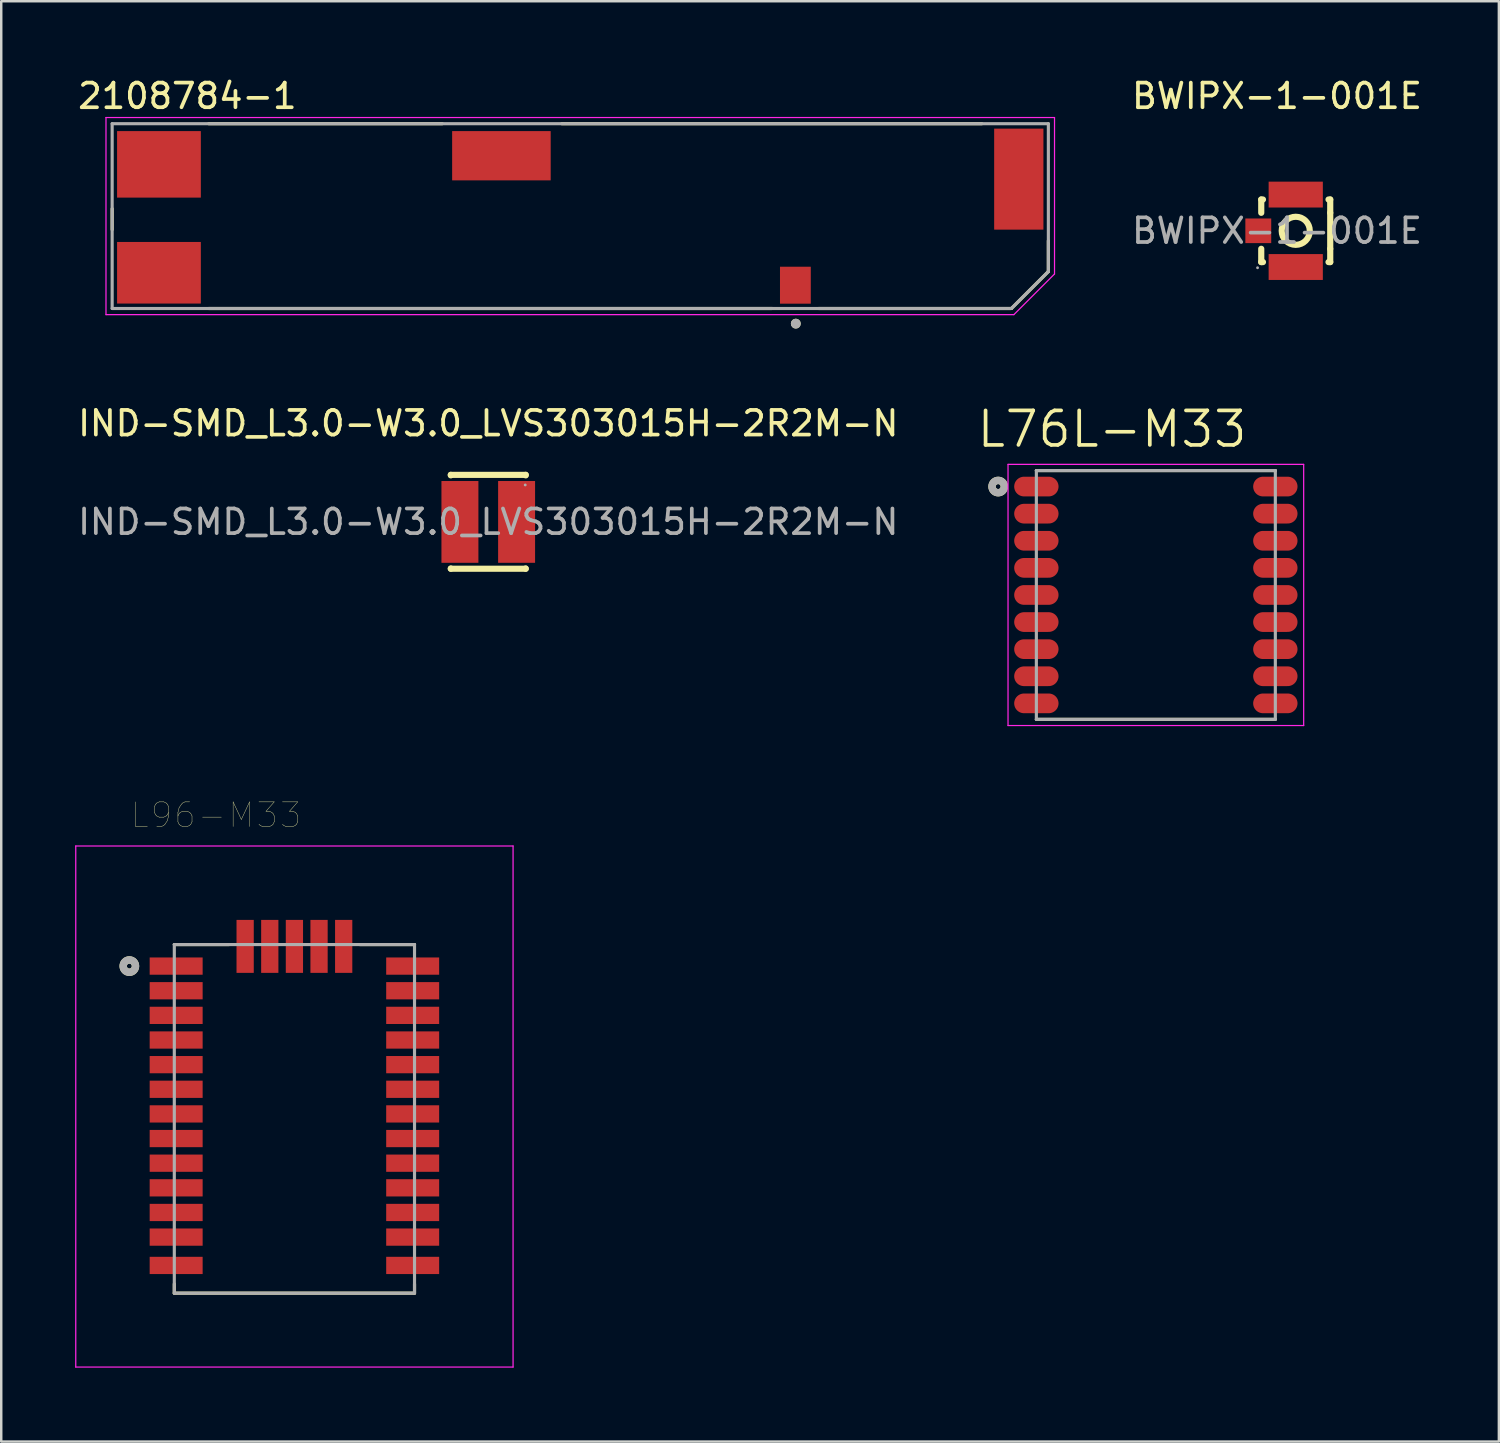
<source format=kicad_pcb>
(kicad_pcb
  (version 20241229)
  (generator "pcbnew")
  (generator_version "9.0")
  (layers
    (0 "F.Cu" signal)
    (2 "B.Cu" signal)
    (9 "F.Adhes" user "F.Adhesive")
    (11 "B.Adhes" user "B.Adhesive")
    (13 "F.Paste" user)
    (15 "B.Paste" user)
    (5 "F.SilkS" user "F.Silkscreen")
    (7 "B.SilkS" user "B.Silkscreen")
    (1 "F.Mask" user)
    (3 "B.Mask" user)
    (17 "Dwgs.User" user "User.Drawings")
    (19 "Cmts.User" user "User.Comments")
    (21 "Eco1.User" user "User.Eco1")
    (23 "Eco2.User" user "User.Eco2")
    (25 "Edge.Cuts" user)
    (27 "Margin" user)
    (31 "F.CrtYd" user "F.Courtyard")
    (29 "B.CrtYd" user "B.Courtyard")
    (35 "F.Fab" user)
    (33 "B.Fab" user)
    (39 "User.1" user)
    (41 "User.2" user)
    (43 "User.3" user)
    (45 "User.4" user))
  (footprint "2108784-1"
    (layer "F.Cu")
    (at 20.502 5.721)
    (property "Reference" "2108784-1" (at -15.948 -4.873 0) (layer "F.SilkS") (effects (font (size 1 1) (thickness 0.15))))
    (attr smd)
    (fp_line (start -19 -0.3) (end -19 0.55) (stroke (width 0.127) (type solid)) (layer "F.SilkS"))
    (fp_line (start -15.08 -3.75) (end -5.6 -3.75) (stroke (width 0.127) (type solid)) (layer "F.SilkS"))
    (fp_line (start -15.08 3.75) (end 7.787 3.75) (stroke (width 0.127) (type solid)) (layer "F.SilkS"))
    (fp_line (start -0.75 -3.75) (end 16.3 -3.75) (stroke (width 0.127) (type solid)) (layer "F.SilkS"))
    (fp_line (start 17.5 3.75) (end 9.677 3.75) (stroke (width 0.127) (type solid)) (layer "F.SilkS"))
    (fp_line (start 19 2.25) (end 17.5 3.75) (stroke (width 0.127) (type solid)) (layer "F.SilkS"))
    (fp_line (start 19 2.25) (end 19 1) (stroke (width 0.127) (type solid)) (layer "F.SilkS"))
    (fp_circle (center 8.749 4.365) (end 8.849 4.365) (stroke (width 0.2) (type solid)) (fill no) (layer "F.SilkS"))
    (fp_line (start -19.25 -4) (end -19.25 4) (stroke (width 0.05) (type solid)) (layer "F.CrtYd"))
    (fp_line (start -19.25 4) (end 17.6 4) (stroke (width 0.05) (type solid)) (layer "F.CrtYd"))
    (fp_line (start 17.6 4) (end 19.25 2.35) (stroke (width 0.05) (type solid)) (layer "F.CrtYd"))
    (fp_line (start 19.25 -4) (end -19.25 -4) (stroke (width 0.05) (type solid)) (layer "F.CrtYd"))
    (fp_line (start 19.25 2.35) (end 19.25 -4) (stroke (width 0.05) (type solid)) (layer "F.CrtYd"))
    (fp_line (start -19 -3.75) (end -19 3.75) (stroke (width 0.127) (type solid)) (layer "F.Fab"))
    (fp_line (start -19 -3.75) (end 19 -3.75) (stroke (width 0.127) (type solid)) (layer "F.Fab"))
    (fp_line (start 17.5 3.75) (end -19 3.75) (stroke (width 0.127) (type solid)) (layer "F.Fab"))
    (fp_line (start 19 -3.75) (end 19 2.25) (stroke (width 0.127) (type solid)) (layer "F.Fab"))
    (fp_line (start 19 2.25) (end 17.5 3.75) (stroke (width 0.127) (type solid)) (layer "F.Fab"))
    (fp_circle (center 8.749 4.365) (end 8.849 4.365) (stroke (width 0.2) (type solid)) (fill no) (layer "F.Fab"))
    (pad "1" smd rect (at 8.732 2.805 90) (size 1.5 1.25) (layers "F.Cu" "F.Mask" "F.Paste"))
    (pad "2" smd rect (at -17.1 2.3 180) (size 3.4 2.5) (layers "F.Cu" "F.Mask" "F.Paste"))
    (pad "3" smd rect (at -17.1 -2.1 180) (size 3.4 2.7) (layers "F.Cu" "F.Mask" "F.Paste"))
    (pad "4" smd rect (at -3.2 -2.45 180) (size 4 2) (layers "F.Cu" "F.Mask" "F.Paste"))
    (pad "5" smd rect (at 17.8 -1.5 90) (size 4.1 2) (layers "F.Cu" "F.Mask" "F.Paste"))
    (zone (net_name "") (layer "F.Cu") (hatch full 0.508) (connect_pads) (min_thickness 0.01) (filled_areas_thickness no) (keepout (tracks not_allowed) (vias not_allowed) (pads not_allowed) (copperpour not_allowed) (footprints allowed)) (placement (enabled no)) (fill) (polygon (pts (xy 1.502 4.971) (xy 1.502 6.771) (xy 5.102 6.771) (xy 5.102 9.471) (xy 28.609 9.471) (xy 28.609 7.776) (xy 29.862 7.776) (xy 29.862 9.471) (xy 38.002 9.471) (xy 39.502 7.971) (xy 39.502 6.271) (xy 37.302 6.271) (xy 37.302 1.971) (xy 19.302 1.971) (xy 19.302 4.271) (xy 15.302 4.271) (xy 15.302 1.971) (xy 5.102 1.971) (xy 5.102 4.971))))
    (zone (net_name "") (layers "F.Cu" "B.Cu") (hatch full 0.508) (connect_pads) (min_thickness 0.01) (filled_areas_thickness no) (keepout (tracks allowed) (vias not_allowed) (pads allowed) (copperpour allowed) (footprints allowed)) (placement (enabled no)) (fill) (polygon (pts (xy 1.502 4.971) (xy 1.502 6.771) (xy 5.102 6.771) (xy 5.102 9.471) (xy 28.609 9.471) (xy 28.609 7.776) (xy 29.862 7.776) (xy 29.862 9.471) (xy 38.002 9.471) (xy 39.502 7.971) (xy 39.502 6.271) (xy 37.302 6.271) (xy 37.302 1.971) (xy 19.302 1.971) (xy 19.302 4.271) (xy 15.302 4.271) (xy 15.302 1.971) (xy 5.102 1.971) (xy 5.102 4.971)))))
  (footprint "L96-M33"
    (layer "F.Cu")
    (at 8.9 42.363)
    (property "Reference" "L96-M33" (at -3.179 -12.327 0) (layer "F.SilkS") (effects (font (size 1.001 1.001) (thickness 0.015))))
    (attr smd)
    (fp_line (start -4.875 -7.075) (end -2.65 -7.075) (stroke (width 0.127) (type solid)) (layer "F.SilkS"))
    (fp_line (start -4.875 6.7) (end -4.875 7.075) (stroke (width 0.127) (type solid)) (layer "F.SilkS"))
    (fp_line (start -4.875 7.075) (end 4.875 7.075) (stroke (width 0.127) (type solid)) (layer "F.SilkS"))
    (fp_line (start 2.65 -7.075) (end 4.875 -7.075) (stroke (width 0.127) (type solid)) (layer "F.SilkS"))
    (fp_line (start 4.875 7.075) (end 4.875 6.7) (stroke (width 0.127) (type solid)) (layer "F.SilkS"))
    (fp_circle (center -6.7 -6.2) (end -6.6 -6.2) (stroke (width 0.3) (type solid)) (fill no) (layer "F.SilkS"))
    (fp_poly (pts (xy -6.275 -6.55) (xy -3.825 -6.55) (xy -3.825 -5.85) (xy -6.275 -5.85)) (stroke (width 0.01) (type solid)) (fill yes) (layer "F.Paste"))
    (fp_poly (pts (xy -6.275 -5.55) (xy -3.825 -5.55) (xy -3.825 -4.85) (xy -6.275 -4.85)) (stroke (width 0.01) (type solid)) (fill yes) (layer "F.Paste"))
    (fp_poly (pts (xy -6.275 -4.55) (xy -3.825 -4.55) (xy -3.825 -3.85) (xy -6.275 -3.85)) (stroke (width 0.01) (type solid)) (fill yes) (layer "F.Paste"))
    (fp_poly (pts (xy -6.275 -3.55) (xy -3.825 -3.55) (xy -3.825 -2.85) (xy -6.275 -2.85)) (stroke (width 0.01) (type solid)) (fill yes) (layer "F.Paste"))
    (fp_poly (pts (xy -6.275 -2.55) (xy -3.825 -2.55) (xy -3.825 -1.85) (xy -6.275 -1.85)) (stroke (width 0.01) (type solid)) (fill yes) (layer "F.Paste"))
    (fp_poly (pts (xy -6.275 -1.55) (xy -3.825 -1.55) (xy -3.825 -0.85) (xy -6.275 -0.85)) (stroke (width 0.01) (type solid)) (fill yes) (layer "F.Paste"))
    (fp_poly (pts (xy -6.275 -0.55) (xy -3.825 -0.55) (xy -3.825 0.15) (xy -6.275 0.15)) (stroke (width 0.01) (type solid)) (fill yes) (layer "F.Paste"))
    (fp_poly (pts (xy -6.275 0.45) (xy -3.825 0.45) (xy -3.825 1.15) (xy -6.275 1.15)) (stroke (width 0.01) (type solid)) (fill yes) (layer "F.Paste"))
    (fp_poly (pts (xy -6.275 1.45) (xy -3.825 1.45) (xy -3.825 2.15) (xy -6.275 2.15)) (stroke (width 0.01) (type solid)) (fill yes) (layer "F.Paste"))
    (fp_poly (pts (xy -6.275 2.45) (xy -3.825 2.45) (xy -3.825 3.15) (xy -6.275 3.15)) (stroke (width 0.01) (type solid)) (fill yes) (layer "F.Paste"))
    (fp_poly (pts (xy -6.275 3.45) (xy -3.825 3.45) (xy -3.825 4.15) (xy -6.275 4.15)) (stroke (width 0.01) (type solid)) (fill yes) (layer "F.Paste"))
    (fp_poly (pts (xy -6.275 4.45) (xy -3.825 4.45) (xy -3.825 5.15) (xy -6.275 5.15)) (stroke (width 0.01) (type solid)) (fill yes) (layer "F.Paste"))
    (fp_poly (pts (xy -6.275 5.6) (xy -3.825 5.6) (xy -3.825 6.3) (xy -6.275 6.3)) (stroke (width 0.01) (type solid)) (fill yes) (layer "F.Paste"))
    (fp_poly (pts (xy -2.35 -8.475) (xy -1.65 -8.475) (xy -1.65 -6.025) (xy -2.35 -6.025)) (stroke (width 0.01) (type solid)) (fill yes) (layer "F.Paste"))
    (fp_poly (pts (xy -1.35 -8.475) (xy -0.65 -8.475) (xy -0.65 -6.025) (xy -1.35 -6.025)) (stroke (width 0.01) (type solid)) (fill yes) (layer "F.Paste"))
    (fp_poly (pts (xy -0.35 -8.475) (xy 0.35 -8.475) (xy 0.35 -6.025) (xy -0.35 -6.025)) (stroke (width 0.01) (type solid)) (fill yes) (layer "F.Paste"))
    (fp_poly (pts (xy 0.65 -8.475) (xy 1.35 -8.475) (xy 1.35 -6.025) (xy 0.65 -6.025)) (stroke (width 0.01) (type solid)) (fill yes) (layer "F.Paste"))
    (fp_poly (pts (xy 1.65 -8.475) (xy 2.35 -8.475) (xy 2.35 -6.025) (xy 1.65 -6.025)) (stroke (width 0.01) (type solid)) (fill yes) (layer "F.Paste"))
    (fp_poly (pts (xy 3.825 -6.55) (xy 6.275 -6.55) (xy 6.275 -5.85) (xy 3.825 -5.85)) (stroke (width 0.01) (type solid)) (fill yes) (layer "F.Paste"))
    (fp_poly (pts (xy 3.825 -5.55) (xy 6.275 -5.55) (xy 6.275 -4.85) (xy 3.825 -4.85)) (stroke (width 0.01) (type solid)) (fill yes) (layer "F.Paste"))
    (fp_poly (pts (xy 3.825 -4.55) (xy 6.275 -4.55) (xy 6.275 -3.85) (xy 3.825 -3.85)) (stroke (width 0.01) (type solid)) (fill yes) (layer "F.Paste"))
    (fp_poly (pts (xy 3.825 -3.55) (xy 6.275 -3.55) (xy 6.275 -2.85) (xy 3.825 -2.85)) (stroke (width 0.01) (type solid)) (fill yes) (layer "F.Paste"))
    (fp_poly (pts (xy 3.825 -2.55) (xy 6.275 -2.55) (xy 6.275 -1.85) (xy 3.825 -1.85)) (stroke (width 0.01) (type solid)) (fill yes) (layer "F.Paste"))
    (fp_poly (pts (xy 3.825 -1.55) (xy 6.275 -1.55) (xy 6.275 -0.85) (xy 3.825 -0.85)) (stroke (width 0.01) (type solid)) (fill yes) (layer "F.Paste"))
    (fp_poly (pts (xy 3.825 -0.55) (xy 6.275 -0.55) (xy 6.275 0.15) (xy 3.825 0.15)) (stroke (width 0.01) (type solid)) (fill yes) (layer "F.Paste"))
    (fp_poly (pts (xy 3.825 0.45) (xy 6.275 0.45) (xy 6.275 1.15) (xy 3.825 1.15)) (stroke (width 0.01) (type solid)) (fill yes) (layer "F.Paste"))
    (fp_poly (pts (xy 3.825 1.45) (xy 6.275 1.45) (xy 6.275 2.15) (xy 3.825 2.15)) (stroke (width 0.01) (type solid)) (fill yes) (layer "F.Paste"))
    (fp_poly (pts (xy 3.825 2.45) (xy 6.275 2.45) (xy 6.275 3.15) (xy 3.825 3.15)) (stroke (width 0.01) (type solid)) (fill yes) (layer "F.Paste"))
    (fp_poly (pts (xy 3.825 3.45) (xy 6.275 3.45) (xy 6.275 4.15) (xy 3.825 4.15)) (stroke (width 0.01) (type solid)) (fill yes) (layer "F.Paste"))
    (fp_poly (pts (xy 3.825 4.45) (xy 6.275 4.45) (xy 6.275 5.15) (xy 3.825 5.15)) (stroke (width 0.01) (type solid)) (fill yes) (layer "F.Paste"))
    (fp_poly (pts (xy 3.825 5.6) (xy 6.275 5.6) (xy 6.275 6.3) (xy 3.825 6.3)) (stroke (width 0.01) (type solid)) (fill yes) (layer "F.Paste"))
    (fp_line (start -8.875 -11.075) (end -8.875 10.075) (stroke (width 0.05) (type solid)) (layer "F.CrtYd"))
    (fp_line (start -8.875 10.075) (end 8.875 10.075) (stroke (width 0.05) (type solid)) (layer "F.CrtYd"))
    (fp_line (start 8.875 -11.075) (end -8.875 -11.075) (stroke (width 0.05) (type solid)) (layer "F.CrtYd"))
    (fp_line (start 8.875 10.075) (end 8.875 -11.075) (stroke (width 0.05) (type solid)) (layer "F.CrtYd"))
    (fp_line (start -4.875 -7.075) (end 4.875 -7.075) (stroke (width 0.127) (type solid)) (layer "F.Fab"))
    (fp_line (start -4.875 7.075) (end -4.875 -7.075) (stroke (width 0.127) (type solid)) (layer "F.Fab"))
    (fp_line (start 4.875 -7.075) (end 4.875 7.075) (stroke (width 0.127) (type solid)) (layer "F.Fab"))
    (fp_line (start 4.875 7.075) (end -4.875 7.075) (stroke (width 0.127) (type solid)) (layer "F.Fab"))
    (fp_circle (center -6.7 -6.2) (end -6.6 -6.2) (stroke (width 0.3) (type solid)) (fill no) (layer "F.Fab"))
    (pad "1" smd rect (at -4.8 -6.2) (size 2.15 0.7) (layers "F.Cu" "F.Mask"))
    (pad "2" smd rect (at -4.8 -5.2) (size 2.15 0.7) (layers "F.Cu" "F.Mask"))
    (pad "3" smd rect (at -4.8 -4.2) (size 2.15 0.7) (layers "F.Cu" "F.Mask"))
    (pad "4" smd rect (at -4.8 -3.2) (size 2.15 0.7) (layers "F.Cu" "F.Mask"))
    (pad "5" smd rect (at -4.8 -2.2) (size 2.15 0.7) (layers "F.Cu" "F.Mask"))
    (pad "6" smd rect (at -4.8 -1.2) (size 2.15 0.7) (layers "F.Cu" "F.Mask"))
    (pad "7" smd rect (at -4.8 -0.2) (size 2.15 0.7) (layers "F.Cu" "F.Mask"))
    (pad "8" smd rect (at -4.8 0.8) (size 2.15 0.7) (layers "F.Cu" "F.Mask"))
    (pad "9" smd rect (at -4.8 1.8) (size 2.15 0.7) (layers "F.Cu" "F.Mask"))
    (pad "10" smd rect (at -4.8 2.8) (size 2.15 0.7) (layers "F.Cu" "F.Mask"))
    (pad "11" smd rect (at -4.8 3.8) (size 2.15 0.7) (layers "F.Cu" "F.Mask"))
    (pad "12" smd rect (at -4.8 4.8) (size 2.15 0.7) (layers "F.Cu" "F.Mask"))
    (pad "13" smd rect (at -4.8 5.95) (size 2.15 0.7) (layers "F.Cu" "F.Mask"))
    (pad "14" smd rect (at 4.8 5.95) (size 2.15 0.7) (layers "F.Cu" "F.Mask"))
    (pad "15" smd rect (at 4.8 4.8) (size 2.15 0.7) (layers "F.Cu" "F.Mask"))
    (pad "16" smd rect (at 4.8 3.8) (size 2.15 0.7) (layers "F.Cu" "F.Mask"))
    (pad "17" smd rect (at 4.8 2.8) (size 2.15 0.7) (layers "F.Cu" "F.Mask"))
    (pad "18" smd rect (at 4.8 1.8) (size 2.15 0.7) (layers "F.Cu" "F.Mask"))
    (pad "19" smd rect (at 4.8 0.8) (size 2.15 0.7) (layers "F.Cu" "F.Mask"))
    (pad "20" smd rect (at 4.8 -0.2) (size 2.15 0.7) (layers "F.Cu" "F.Mask"))
    (pad "21" smd rect (at 4.8 -1.2) (size 2.15 0.7) (layers "F.Cu" "F.Mask"))
    (pad "22" smd rect (at 4.8 -2.2) (size 2.15 0.7) (layers "F.Cu" "F.Mask"))
    (pad "23" smd rect (at 4.8 -3.2) (size 2.15 0.7) (layers "F.Cu" "F.Mask"))
    (pad "24" smd rect (at 4.8 -4.2) (size 2.15 0.7) (layers "F.Cu" "F.Mask"))
    (pad "25" smd rect (at 4.8 -5.2) (size 2.15 0.7) (layers "F.Cu" "F.Mask"))
    (pad "26" smd rect (at 4.8 -6.2) (size 2.15 0.7) (layers "F.Cu" "F.Mask"))
    (pad "27" smd rect (at 2 -7) (size 0.7 2.15) (layers "F.Cu" "F.Mask"))
    (pad "28" smd rect (at 1 -7) (size 0.7 2.15) (layers "F.Cu" "F.Mask"))
    (pad "29" smd rect (at 0 -7) (size 0.7 2.15) (layers "F.Cu" "F.Mask"))
    (pad "30" smd rect (at -1 -7) (size 0.7 2.15) (layers "F.Cu" "F.Mask"))
    (pad "31" smd rect (at -2 -7) (size 0.7 2.15) (layers "F.Cu" "F.Mask")))
  (footprint "BWIPX-1-001E"
    (layer "F.Cu")
    (at 48.783 6.318)
    (property "Reference" "BWIPX-1-001E" (at 0 -5.47 0) (layer "F.SilkS") (effects (font (size 1 1) (thickness 0.15))))
    (attr smd)
    (fp_line (start -0.64 -1.27) (end -0.64 -0.73) (stroke (width 0.25) (type solid)) (layer "F.SilkS"))
    (fp_line (start -0.64 0.73) (end -0.64 1.27) (stroke (width 0.25) (type solid)) (layer "F.SilkS"))
    (fp_line (start -0.64 1.27) (end -0.57 1.27) (stroke (width 0.25) (type solid)) (layer "F.SilkS"))
    (fp_line (start -0.57 -1.27) (end -0.64 -1.27) (stroke (width 0.25) (type solid)) (layer "F.SilkS"))
    (fp_line (start 2.09 1.27) (end 2.16 1.27) (stroke (width 0.25) (type solid)) (layer "F.SilkS"))
    (fp_line (start 2.16 -1.27) (end 2.09 -1.27) (stroke (width 0.25) (type solid)) (layer "F.SilkS"))
    (fp_line (start 2.16 -0.73) (end 2.16 -1.27) (stroke (width 0.25) (type solid)) (layer "F.SilkS"))
    (fp_line (start 2.16 -0.73) (end 2.16 0.73) (stroke (width 0.25) (type solid)) (layer "F.SilkS"))
    (fp_line (start 2.16 1.27) (end 2.16 0.73) (stroke (width 0.25) (type solid)) (layer "F.SilkS"))
    (fp_circle (center 0.76 0) (end 1.33 0) (stroke (width 0.25) (type solid)) (fill no) (layer "F.SilkS"))
    (fp_circle (center -0.79 1.5) (end -0.76 1.5) (stroke (width 0.06) (type solid)) (fill no) (layer "F.Fab"))
    (fp_text user "${REFERENCE}" (at 0 0 0) (layer "F.Fab") (effects (font (size 1 1) (thickness 0.15))))
    (pad "1" smd rect (at -0.76 0 180) (size 1.05 1) (layers "F.Cu" "F.Mask" "F.Paste"))
    (pad "2" smd rect (at 0.76 1.47 180) (size 2.2 1.05) (layers "F.Cu" "F.Mask" "F.Paste"))
    (pad "3" smd rect (at 0.76 -1.47 180) (size 2.2 1.05) (layers "F.Cu" "F.Mask" "F.Paste")))
  (footprint "L76L-M33"
    (layer "F.Cu")
    (at 43.865 21.099)
    (property "Reference" "L76L-M33" (at -1.778 -6.731 0) (layer "F.SilkS") (effects (font (size 1.4 1.4) (thickness 0.15))))
    (attr smd)
    (fp_line (start -4.85 -5.05) (end 4.85 -5.05) (stroke (width 0.127) (type solid)) (layer "F.SilkS"))
    (fp_line (start 4.85 5.05) (end -4.85 5.05) (stroke (width 0.127) (type solid)) (layer "F.SilkS"))
    (fp_circle (center -6.4 -4.4) (end -6.3 -4.4) (stroke (width 0.3) (type solid)) (fill no) (layer "F.SilkS"))
    (fp_line (start -6 -5.3) (end 6 -5.3) (stroke (width 0.05) (type solid)) (layer "F.CrtYd"))
    (fp_line (start -6 5.3) (end -6 -5.3) (stroke (width 0.05) (type solid)) (layer "F.CrtYd"))
    (fp_line (start 6 -5.3) (end 6 5.3) (stroke (width 0.05) (type solid)) (layer "F.CrtYd"))
    (fp_line (start 6 5.3) (end -6 5.3) (stroke (width 0.05) (type solid)) (layer "F.CrtYd"))
    (fp_line (start -4.85 -5.05) (end 4.85 -5.05) (stroke (width 0.127) (type solid)) (layer "F.Fab"))
    (fp_line (start -4.85 5.05) (end -4.85 -5.05) (stroke (width 0.127) (type solid)) (layer "F.Fab"))
    (fp_line (start 4.85 -5.05) (end 4.85 5.05) (stroke (width 0.127) (type solid)) (layer "F.Fab"))
    (fp_line (start 4.85 5.05) (end -4.85 5.05) (stroke (width 0.127) (type solid)) (layer "F.Fab"))
    (fp_circle (center -6.4 -4.4) (end -6.3 -4.4) (stroke (width 0.3) (type solid)) (fill no) (layer "F.Fab"))
    (pad "1" smd oval (at -4.85 -4.4) (size 1.8 0.8) (layers "F.Cu" "F.Mask" "F.Paste"))
    (pad "2" smd oval (at -4.85 -3.3) (size 1.8 0.8) (layers "F.Cu" "F.Mask" "F.Paste"))
    (pad "3" smd oval (at -4.85 -2.2) (size 1.8 0.8) (layers "F.Cu" "F.Mask" "F.Paste"))
    (pad "4" smd oval (at -4.85 -1.1) (size 1.8 0.8) (layers "F.Cu" "F.Mask" "F.Paste"))
    (pad "5" smd oval (at -4.85 0) (size 1.8 0.8) (layers "F.Cu" "F.Mask" "F.Paste"))
    (pad "6" smd oval (at -4.85 1.1) (size 1.8 0.8) (layers "F.Cu" "F.Mask" "F.Paste"))
    (pad "7" smd oval (at -4.85 2.2) (size 1.8 0.8) (layers "F.Cu" "F.Mask" "F.Paste"))
    (pad "8" smd oval (at -4.85 3.3) (size 1.8 0.8) (layers "F.Cu" "F.Mask" "F.Paste"))
    (pad "9" smd oval (at -4.85 4.4) (size 1.8 0.8) (layers "F.Cu" "F.Mask" "F.Paste"))
    (pad "10" smd oval (at 4.85 4.4) (size 1.8 0.8) (layers "F.Cu" "F.Mask" "F.Paste"))
    (pad "11" smd oval (at 4.85 3.3) (size 1.8 0.8) (layers "F.Cu" "F.Mask" "F.Paste"))
    (pad "12" smd oval (at 4.85 2.2) (size 1.8 0.8) (layers "F.Cu" "F.Mask" "F.Paste"))
    (pad "13" smd oval (at 4.85 1.1) (size 1.8 0.8) (layers "F.Cu" "F.Mask" "F.Paste"))
    (pad "14" smd oval (at 4.85 0) (size 1.8 0.8) (layers "F.Cu" "F.Mask" "F.Paste"))
    (pad "15" smd oval (at 4.85 -1.1) (size 1.8 0.8) (layers "F.Cu" "F.Mask" "F.Paste"))
    (pad "16" smd oval (at 4.85 -2.2) (size 1.8 0.8) (layers "F.Cu" "F.Mask" "F.Paste"))
    (pad "17" smd oval (at 4.85 -3.3) (size 1.8 0.8) (layers "F.Cu" "F.Mask" "F.Paste"))
    (pad "18" smd oval (at 4.85 -4.4) (size 1.8 0.8) (layers "F.Cu" "F.Mask" "F.Paste")))
  (footprint "IND-SMD_L3.0-W3.0_LVS303015H-2R2M-N"
    (layer "F.Cu")
    (at 16.768 18.134)
    (property "Reference" "IND-SMD_L3.0-W3.0_LVS303015H-2R2M-N" (at 0 -4 0) (layer "F.SilkS") (effects (font (size 1 1) (thickness 0.15))))
    (attr smd)
    (fp_line (start -1.52 -1.91) (end 1.52 -1.91) (stroke (width 0.25) (type solid)) (layer "F.SilkS"))
    (fp_line (start -1.52 -1.89) (end -1.52 -1.91) (stroke (width 0.25) (type solid)) (layer "F.SilkS"))
    (fp_line (start -1.52 1.9) (end -1.52 1.89) (stroke (width 0.25) (type solid)) (layer "F.SilkS"))
    (fp_line (start -1.52 1.9) (end 1.52 1.9) (stroke (width 0.25) (type solid)) (layer "F.SilkS"))
    (fp_line (start 1.52 -1.91) (end 1.52 -1.89) (stroke (width 0.25) (type solid)) (layer "F.SilkS"))
    (fp_line (start 1.52 1.89) (end 1.52 1.9) (stroke (width 0.25) (type solid)) (layer "F.SilkS"))
    (fp_circle (center 1.5 -1.5) (end 1.53 -1.5) (stroke (width 0.06) (type solid)) (fill no) (layer "F.Fab"))
    (fp_text user "${REFERENCE}" (at 0 0 0) (layer "F.Fab") (effects (font (size 1 1) (thickness 0.15))))
    (pad "1" smd rect (at 1.15 0) (size 1.5 3.32) (layers "F.Cu" "F.Mask" "F.Paste"))
    (pad "2" smd rect (at -1.15 0) (size 1.5 3.32) (layers "F.Cu" "F.Mask" "F.Paste")))
  (gr_rect
    (start -3 -3)
    (end 57.788 55.463)
    (stroke (width 0.1) (type default))
    (fill no)
    (layer "Edge.Cuts")))
</source>
